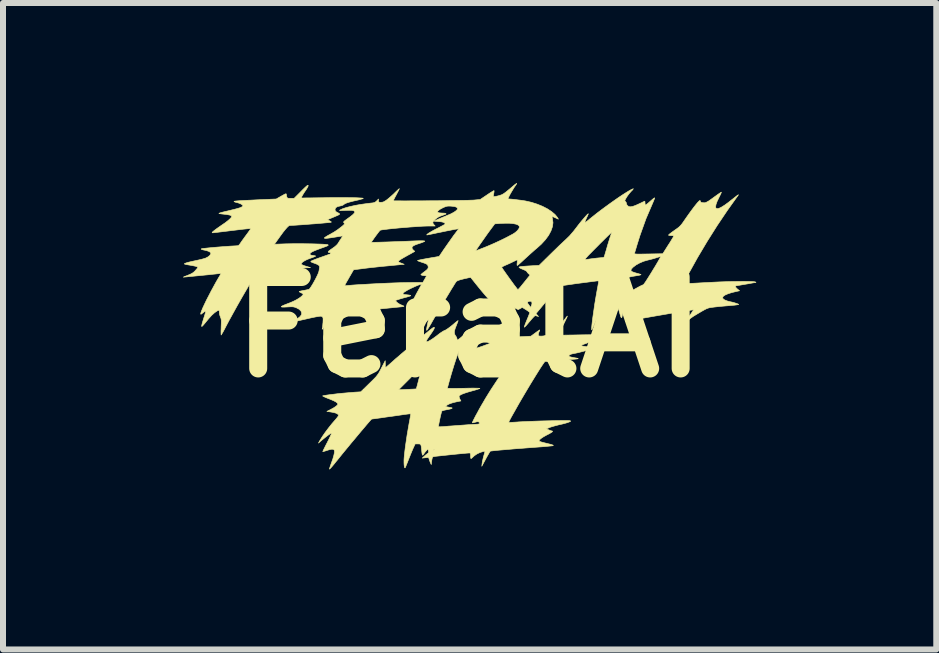
<source format=kicad_pcb>
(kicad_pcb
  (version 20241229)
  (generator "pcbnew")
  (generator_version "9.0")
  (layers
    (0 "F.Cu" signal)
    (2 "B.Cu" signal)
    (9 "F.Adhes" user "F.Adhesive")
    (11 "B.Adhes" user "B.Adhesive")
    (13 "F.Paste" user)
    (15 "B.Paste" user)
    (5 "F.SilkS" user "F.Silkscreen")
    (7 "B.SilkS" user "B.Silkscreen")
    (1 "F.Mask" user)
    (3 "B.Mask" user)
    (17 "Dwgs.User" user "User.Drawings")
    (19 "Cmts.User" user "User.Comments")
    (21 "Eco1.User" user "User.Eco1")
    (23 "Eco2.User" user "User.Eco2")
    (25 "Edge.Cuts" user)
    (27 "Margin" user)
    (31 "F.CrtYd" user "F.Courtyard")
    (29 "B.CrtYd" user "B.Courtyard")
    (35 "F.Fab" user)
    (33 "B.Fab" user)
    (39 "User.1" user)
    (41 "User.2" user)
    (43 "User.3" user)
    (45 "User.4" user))
  (footprint "FeralAI"
    (layer "F.Cu")
    (at 4.772 2.4)
    (property "Reference" "FeralAI" (at 0 0 0) (layer "F.SilkS") (effects (font (size 1.524 1.524) (thickness 0.3))))
    (attr through_hole)
    (fp_poly (pts (xy -2.687 -2.352) (xy -2.696 -2.331) (xy -2.713 -2.302) (xy -2.723 -2.286) (xy -2.744 -2.256) (xy -2.765 -2.224) (xy -2.783 -2.193) (xy -2.796 -2.169) (xy -2.802 -2.154) (xy -2.802 -2.152) (xy -2.792 -2.151) (xy -2.766 -2.151) (xy -2.724 -2.152) (xy -2.671 -2.152) (xy -2.606 -2.153) (xy -2.533 -2.154) (xy -2.454 -2.155) (xy -2.441 -2.155) (xy -2.327 -2.157) (xy -2.22 -2.157) (xy -2.12 -2.158) (xy -2.031 -2.157) (xy -1.952 -2.156) (xy -1.885 -2.155) (xy -1.832 -2.152) (xy -1.794 -2.15) (xy -1.773 -2.147) (xy -1.769 -2.144) (xy -1.777 -2.139) (xy -1.801 -2.132) (xy -1.835 -2.122) (xy -1.878 -2.112) (xy -1.879 -2.112) (xy -1.948 -2.096) (xy -2.001 -2.082) (xy -2.04 -2.07) (xy -2.067 -2.059) (xy -2.085 -2.049) (xy -2.093 -2.042) (xy -2.111 -2.03) (xy -2.14 -2.021) (xy -2.153 -2.018) (xy -2.197 -2.008) (xy -2.225 -1.991) (xy -2.238 -1.968) (xy -2.239 -1.957) (xy -2.236 -1.939) (xy -2.226 -1.925) (xy -2.203 -1.911) (xy -2.195 -1.907) (xy -2.176 -1.897) (xy -2.165 -1.889) (xy -2.163 -1.882) (xy -2.172 -1.873) (xy -2.194 -1.862) (xy -2.231 -1.846) (xy -2.271 -1.829) (xy -2.365 -1.79) (xy -2.328 -1.77) (xy -2.306 -1.757) (xy -2.301 -1.749) (xy -2.305 -1.747) (xy -2.319 -1.744) (xy -2.349 -1.741) (xy -2.393 -1.737) (xy -2.447 -1.732) (xy -2.51 -1.727) (xy -2.578 -1.721) (xy -2.649 -1.716) (xy -2.72 -1.71) (xy -2.789 -1.705) (xy -2.853 -1.701) (xy -2.908 -1.697) (xy -2.954 -1.695) (xy -2.986 -1.693) (xy -2.996 -1.693) (xy -3.011 -1.686) (xy -3.034 -1.665) (xy -3.066 -1.629) (xy -3.106 -1.579) (xy -3.155 -1.512) (xy -3.203 -1.445) (xy -3.249 -1.38) (xy -3.055 -1.387) (xy -2.996 -1.388) (xy -2.93 -1.389) (xy -2.858 -1.389) (xy -2.782 -1.389) (xy -2.706 -1.388) (xy -2.631 -1.387) (xy -2.561 -1.385) (xy -2.497 -1.383) (xy -2.443 -1.381) (xy -2.4 -1.378) (xy -2.371 -1.375) (xy -2.36 -1.373) (xy -2.353 -1.367) (xy -2.354 -1.362) (xy -2.363 -1.355) (xy -2.384 -1.346) (xy -2.418 -1.333) (xy -2.466 -1.316) (xy -2.534 -1.291) (xy -2.586 -1.27) (xy -2.622 -1.253) (xy -2.645 -1.238) (xy -2.656 -1.224) (xy -2.658 -1.218) (xy -2.654 -1.206) (xy -2.64 -1.199) (xy -2.613 -1.194) (xy -2.586 -1.19) (xy -2.567 -1.186) (xy -2.563 -1.184) (xy -2.569 -1.178) (xy -2.59 -1.169) (xy -2.621 -1.157) (xy -2.648 -1.148) (xy -2.702 -1.127) (xy -2.746 -1.105) (xy -2.78 -1.083) (xy -2.799 -1.062) (xy -2.803 -1.05) (xy -2.795 -1.042) (xy -2.773 -1.031) (xy -2.74 -1.019) (xy -2.726 -1.015) (xy -2.648 -0.991) (xy -2.752 -0.985) (xy -2.823 -0.98) (xy -2.901 -0.974) (xy -2.982 -0.968) (xy -3.065 -0.962) (xy -3.148 -0.956) (xy -3.227 -0.949) (xy -3.301 -0.943) (xy -3.367 -0.938) (xy -3.424 -0.933) (xy -3.468 -0.929) (xy -3.497 -0.926) (xy -3.508 -0.924) (xy -3.518 -0.921) (xy -3.527 -0.918) (xy -3.536 -0.911) (xy -3.547 -0.9) (xy -3.56 -0.883) (xy -3.576 -0.858) (xy -3.598 -0.823) (xy -3.625 -0.778) (xy -3.66 -0.72) (xy -3.702 -0.647) (xy -3.709 -0.635) (xy -3.788 -0.499) (xy -3.866 -0.362) (xy -3.94 -0.228) (xy -4.009 -0.103) (xy -4.057 -0.012) (xy -4.081 0.035) (xy -4.103 0.076) (xy -4.121 0.107) (xy -4.133 0.126) (xy -4.137 0.132) (xy -4.138 0.123) (xy -4.139 0.099) (xy -4.139 0.062) (xy -4.137 0.017) (xy -4.137 0.002) (xy -4.135 -0.052) (xy -4.134 -0.09) (xy -4.135 -0.118) (xy -4.139 -0.14) (xy -4.145 -0.158) (xy -4.149 -0.168) (xy -4.161 -0.202) (xy -4.167 -0.237) (xy -4.167 -0.246) (xy -4.168 -0.271) (xy -4.174 -0.28) (xy -4.188 -0.277) (xy -4.207 -0.267) (xy -4.246 -0.24) (xy -4.294 -0.197) (xy -4.347 -0.138) (xy -4.385 -0.092) (xy -4.412 -0.059) (xy -4.435 -0.032) (xy -4.452 -0.015) (xy -4.459 -0.009) (xy -4.462 -0.013) (xy -4.461 -0.026) (xy -4.456 -0.049) (xy -4.446 -0.085) (xy -4.431 -0.136) (xy -4.421 -0.167) (xy -4.409 -0.205) (xy -4.4 -0.235) (xy -4.394 -0.254) (xy -4.393 -0.259) (xy -4.399 -0.264) (xy -4.416 -0.256) (xy -4.441 -0.237) (xy -4.445 -0.234) (xy -4.465 -0.218) (xy -4.475 -0.213) (xy -4.478 -0.219) (xy -4.478 -0.223) (xy -4.473 -0.244) (xy -4.46 -0.279) (xy -4.44 -0.326) (xy -4.413 -0.384) (xy -4.382 -0.449) (xy -4.345 -0.52) (xy -4.306 -0.596) (xy -4.264 -0.673) (xy -4.222 -0.75) (xy -4.179 -0.824) (xy -4.158 -0.859) (xy -4.137 -0.895) (xy -4.192 -0.889) (xy -4.235 -0.884) (xy -4.288 -0.879) (xy -4.348 -0.872) (xy -4.412 -0.866) (xy -4.479 -0.859) (xy -4.544 -0.853) (xy -4.605 -0.847) (xy -4.661 -0.842) (xy -4.707 -0.837) (xy -4.742 -0.834) (xy -4.763 -0.832) (xy -4.767 -0.832) (xy -4.76 -0.836) (xy -4.739 -0.845) (xy -4.708 -0.857) (xy -4.691 -0.864) (xy -4.646 -0.883) (xy -4.613 -0.901) (xy -4.585 -0.923) (xy -4.569 -0.94) (xy -4.547 -0.965) (xy -4.531 -0.985) (xy -4.525 -0.996) (xy -4.534 -1.004) (xy -4.562 -1.013) (xy -4.608 -1.023) (xy -4.671 -1.034) (xy -4.678 -1.035) (xy -4.712 -1.041) (xy -4.738 -1.047) (xy -4.75 -1.052) (xy -4.751 -1.053) (xy -4.742 -1.06) (xy -4.717 -1.07) (xy -4.678 -1.081) (xy -4.628 -1.093) (xy -4.568 -1.106) (xy -4.548 -1.11) (xy -4.5 -1.121) (xy -4.454 -1.132) (xy -4.415 -1.143) (xy -4.396 -1.149) (xy -4.359 -1.168) (xy -4.329 -1.191) (xy -4.312 -1.215) (xy -4.309 -1.229) (xy -4.318 -1.246) (xy -4.343 -1.261) (xy -4.382 -1.275) (xy -4.411 -1.281) (xy -4.441 -1.287) (xy -4.462 -1.294) (xy -4.469 -1.299) (xy -4.461 -1.307) (xy -4.457 -1.308) (xy -4.442 -1.309) (xy -4.414 -1.312) (xy -4.378 -1.316) (xy -4.369 -1.317) (xy -4.339 -1.32) (xy -4.295 -1.324) (xy -4.241 -1.329) (xy -4.181 -1.334) (xy -4.117 -1.339) (xy -4.054 -1.343) (xy -3.994 -1.348) (xy -3.942 -1.351) (xy -3.9 -1.353) (xy -3.873 -1.355) (xy -3.869 -1.355) (xy -3.851 -1.358) (xy -3.834 -1.372) (xy -3.816 -1.398) (xy -3.8 -1.422) (xy -3.775 -1.457) (xy -3.746 -1.497) (xy -3.715 -1.539) (xy -3.714 -1.54) (xy -3.687 -1.577) (xy -3.665 -1.608) (xy -3.649 -1.631) (xy -3.643 -1.642) (xy -3.643 -1.642) (xy -3.653 -1.642) (xy -3.679 -1.64) (xy -3.719 -1.636) (xy -3.77 -1.631) (xy -3.829 -1.624) (xy -3.895 -1.616) (xy -3.964 -1.608) (xy -4.035 -1.599) (xy -4.104 -1.591) (xy -4.108 -1.59) (xy -4.16 -1.584) (xy -4.207 -1.578) (xy -4.244 -1.574) (xy -4.268 -1.571) (xy -4.275 -1.571) (xy -4.287 -1.572) (xy -4.286 -1.578) (xy -4.275 -1.59) (xy -4.261 -1.602) (xy -4.235 -1.622) (xy -4.2 -1.648) (xy -4.158 -1.677) (xy -4.134 -1.694) (xy -4.068 -1.739) (xy -4.018 -1.778) (xy -3.983 -1.81) (xy -3.964 -1.833) (xy -3.961 -1.844) (xy -3.97 -1.857) (xy -3.997 -1.867) (xy -4.041 -1.875) (xy -4.055 -1.877) (xy -4.093 -1.881) (xy -4.129 -1.885) (xy -4.149 -1.888) (xy -4.17 -1.892) (xy -4.174 -1.895) (xy -4.162 -1.9) (xy -4.158 -1.902) (xy -4.14 -1.907) (xy -4.108 -1.916) (xy -4.067 -1.926) (xy -4.019 -1.937) (xy -4.012 -1.939) (xy -3.937 -1.957) (xy -3.878 -1.972) (xy -3.834 -1.985) (xy -3.804 -1.996) (xy -3.786 -2.007) (xy -3.782 -2.01) (xy -3.774 -2.021) (xy -3.779 -2.031) (xy -3.791 -2.041) (xy -3.815 -2.055) (xy -3.847 -2.067) (xy -3.857 -2.07) (xy -3.896 -2.08) (xy -3.918 -2.088) (xy -3.922 -2.094) (xy -3.911 -2.098) (xy -3.885 -2.101) (xy -3.863 -2.103) (xy -3.825 -2.106) (xy -3.774 -2.109) (xy -3.712 -2.112) (xy -3.642 -2.115) (xy -3.566 -2.119) (xy -3.526 -2.121) (xy -3.219 -2.134) (xy -3.136 -2.182) (xy -3.098 -2.203) (xy -3.074 -2.216) (xy -3.06 -2.221) (xy -3.053 -2.219) (xy -3.051 -2.212) (xy -3.05 -2.208) (xy -3.045 -2.175) (xy -3.038 -2.156) (xy -3.025 -2.147) (xy -3 -2.145) (xy -2.979 -2.145) (xy -2.921 -2.145) (xy -2.817 -2.249) (xy -2.781 -2.286) (xy -2.748 -2.318) (xy -2.721 -2.343) (xy -2.703 -2.358) (xy -2.698 -2.362) (xy -2.688 -2.363) (xy -2.687 -2.352)) (stroke (width 0.01) (type solid)) (fill yes) (layer "F.SilkS"))
    (fp_poly (pts (xy 1.632 -0.183) (xy 1.627 -0.168) (xy 1.615 -0.142) (xy 1.598 -0.106) (xy 1.577 -0.063) (xy 1.553 -0.015) (xy 1.533 0.023) (xy 1.512 0.064) (xy 1.494 0.098) (xy 1.483 0.123) (xy 1.478 0.135) (xy 1.478 0.135) (xy 1.488 0.136) (xy 1.515 0.136) (xy 1.555 0.135) (xy 1.608 0.134) (xy 1.671 0.133) (xy 1.742 0.132) (xy 1.792 0.131) (xy 1.896 0.129) (xy 1.993 0.128) (xy 2.084 0.128) (xy 2.165 0.128) (xy 2.235 0.13) (xy 2.294 0.132) (xy 2.338 0.134) (xy 2.368 0.138) (xy 2.38 0.142) (xy 2.38 0.143) (xy 2.376 0.15) (xy 2.376 0.151) (xy 2.365 0.152) (xy 2.34 0.155) (xy 2.303 0.16) (xy 2.257 0.167) (xy 2.237 0.17) (xy 2.16 0.181) (xy 2.1 0.192) (xy 2.056 0.202) (xy 2.026 0.213) (xy 2.009 0.223) (xy 2.004 0.234) (xy 2.004 0.235) (xy 1.999 0.247) (xy 1.982 0.258) (xy 1.95 0.27) (xy 1.945 0.272) (xy 1.902 0.287) (xy 1.877 0.299) (xy 1.866 0.307) (xy 1.869 0.313) (xy 1.881 0.316) (xy 1.907 0.32) (xy 1.942 0.325) (xy 1.982 0.33) (xy 2.022 0.334) (xy 2.057 0.337) (xy 2.083 0.339) (xy 2.087 0.339) (xy 2.093 0.341) (xy 2.084 0.348) (xy 2.061 0.357) (xy 2.027 0.368) (xy 1.984 0.381) (xy 1.935 0.394) (xy 1.882 0.408) (xy 1.828 0.422) (xy 1.775 0.434) (xy 1.725 0.444) (xy 1.71 0.447) (xy 1.682 0.456) (xy 1.663 0.468) (xy 1.657 0.482) (xy 1.661 0.489) (xy 1.674 0.494) (xy 1.7 0.501) (xy 1.736 0.508) (xy 1.75 0.511) (xy 1.787 0.517) (xy 1.807 0.522) (xy 1.813 0.525) (xy 1.805 0.528) (xy 1.797 0.53) (xy 1.782 0.532) (xy 1.751 0.535) (xy 1.707 0.538) (xy 1.654 0.543) (xy 1.595 0.548) (xy 1.533 0.553) (xy 1.47 0.558) (xy 1.41 0.563) (xy 1.356 0.567) (xy 1.311 0.571) (xy 1.278 0.573) (xy 1.26 0.574) (xy 1.259 0.574) (xy 1.251 0.582) (xy 1.235 0.604) (xy 1.211 0.639) (xy 1.18 0.686) (xy 1.145 0.742) (xy 1.105 0.806) (xy 1.062 0.876) (xy 1.016 0.951) (xy 0.97 1.028) (xy 0.923 1.107) (xy 0.877 1.185) (xy 0.832 1.262) (xy 0.798 1.322) (xy 0.757 1.395) (xy 0.724 1.453) (xy 0.698 1.499) (xy 0.68 1.533) (xy 0.667 1.557) (xy 0.66 1.573) (xy 0.657 1.583) (xy 0.658 1.588) (xy 0.661 1.589) (xy 0.665 1.59) (xy 0.68 1.589) (xy 0.71 1.587) (xy 0.751 1.585) (xy 0.8 1.582) (xy 0.823 1.58) (xy 0.88 1.577) (xy 0.947 1.574) (xy 1.021 1.571) (xy 1.1 1.568) (xy 1.182 1.565) (xy 1.265 1.563) (xy 1.346 1.561) (xy 1.423 1.559) (xy 1.494 1.558) (xy 1.556 1.557) (xy 1.608 1.557) (xy 1.646 1.558) (xy 1.669 1.559) (xy 1.675 1.56) (xy 1.686 1.565) (xy 1.685 1.57) (xy 1.67 1.578) (xy 1.655 1.584) (xy 1.63 1.593) (xy 1.592 1.604) (xy 1.546 1.616) (xy 1.496 1.627) (xy 1.496 1.627) (xy 1.446 1.64) (xy 1.398 1.653) (xy 1.358 1.665) (xy 1.331 1.675) (xy 1.284 1.696) (xy 1.322 1.713) (xy 1.347 1.723) (xy 1.367 1.73) (xy 1.371 1.73) (xy 1.385 1.734) (xy 1.382 1.744) (xy 1.363 1.758) (xy 1.327 1.779) (xy 1.293 1.796) (xy 1.24 1.825) (xy 1.2 1.851) (xy 1.173 1.873) (xy 1.162 1.891) (xy 1.164 1.902) (xy 1.177 1.907) (xy 1.202 1.916) (xy 1.237 1.925) (xy 1.252 1.929) (xy 1.309 1.943) (xy 1.35 1.953) (xy 1.376 1.961) (xy 1.392 1.967) (xy 1.397 1.971) (xy 1.396 1.975) (xy 1.384 1.978) (xy 1.357 1.981) (xy 1.316 1.985) (xy 1.265 1.99) (xy 1.205 1.995) (xy 1.162 1.998) (xy 1.055 2.006) (xy 0.95 2.014) (xy 0.848 2.022) (xy 0.751 2.029) (xy 0.66 2.037) (xy 0.578 2.044) (xy 0.505 2.05) (xy 0.444 2.056) (xy 0.396 2.061) (xy 0.363 2.065) (xy 0.347 2.068) (xy 0.346 2.069) (xy 0.339 2.079) (xy 0.325 2.103) (xy 0.305 2.137) (xy 0.282 2.178) (xy 0.272 2.197) (xy 0.206 2.319) (xy 0.212 2.267) (xy 0.218 2.232) (xy 0.228 2.188) (xy 0.239 2.144) (xy 0.24 2.142) (xy 0.261 2.068) (xy 0.228 2.074) (xy 0.178 2.089) (xy 0.127 2.113) (xy 0.083 2.143) (xy 0.066 2.158) (xy 0.046 2.177) (xy 0.031 2.19) (xy 0.026 2.192) (xy 0.022 2.183) (xy 0.019 2.162) (xy 0.019 2.145) (xy 0.018 2.117) (xy 0.014 2.103) (xy 0.005 2.098) (xy -0.008 2.098) (xy -0.023 2.099) (xy -0.05 2.101) (xy -0.091 2.105) (xy -0.147 2.11) (xy -0.218 2.117) (xy -0.306 2.126) (xy -0.41 2.137) (xy -0.532 2.15) (xy -0.542 2.151) (xy -0.575 2.155) (xy -0.6 2.16) (xy -0.611 2.163) (xy -0.618 2.176) (xy -0.624 2.201) (xy -0.629 2.23) (xy -0.636 2.291) (xy -0.651 2.258) (xy -0.663 2.228) (xy -0.672 2.2) (xy -0.672 2.198) (xy -0.677 2.183) (xy -0.684 2.176) (xy -0.699 2.174) (xy -0.727 2.177) (xy -0.732 2.177) (xy -0.786 2.183) (xy -0.753 2.152) (xy -0.728 2.13) (xy -0.705 2.112) (xy -0.698 2.107) (xy -0.684 2.094) (xy -0.681 2.076) (xy -0.683 2.062) (xy -0.687 2.041) (xy -0.602 2.041) (xy -0.599 2.051) (xy -0.598 2.051) (xy -0.59 2.044) (xy -0.588 2.041) (xy -0.589 2.033) (xy -0.592 2.032) (xy -0.602 2.039) (xy -0.602 2.041) (xy -0.687 2.041) (xy -0.689 2.031) (xy -0.712 2.053) (xy -0.733 2.076) (xy -0.753 2.103) (xy -0.754 2.105) (xy -0.768 2.125) (xy -0.779 2.135) (xy -0.78 2.135) (xy -0.785 2.127) (xy -0.79 2.104) (xy -0.794 2.073) (xy -0.794 2.072) (xy -0.799 2.022) (xy -0.803 1.987) (xy -0.809 1.965) (xy -0.817 1.953) (xy -0.829 1.948) (xy -0.847 1.947) (xy -0.904 1.947) (xy -0.937 2.018) (xy -0.953 2.055) (xy -0.973 2.103) (xy -0.995 2.157) (xy -1.016 2.21) (xy -1.017 2.213) (xy -1.035 2.259) (xy -1.051 2.298) (xy -1.063 2.328) (xy -1.071 2.344) (xy -1.072 2.346) (xy -1.079 2.344) (xy -1.084 2.327) (xy -1.088 2.298) (xy -1.09 2.26) (xy -1.09 2.216) (xy -1.088 2.182) (xy -1.083 2.126) (xy -1.075 2.057) (xy -1.065 1.977) (xy -1.052 1.89) (xy -1.039 1.801) (xy -1.024 1.714) (xy -1.01 1.633) (xy -1.007 1.615) (xy -0.997 1.563) (xy -0.989 1.518) (xy -0.983 1.483) (xy -0.979 1.46) (xy -0.978 1.454) (xy -0.978 1.451) (xy -0.978 1.448) (xy -0.981 1.446) (xy -0.988 1.446) (xy -1 1.446) (xy -1.02 1.448) (xy -1.05 1.452) (xy -1.09 1.457) (xy -1.143 1.465) (xy -1.211 1.475) (xy -1.296 1.487) (xy -1.327 1.491) (xy -1.399 1.501) (xy -1.466 1.511) (xy -1.524 1.519) (xy -1.572 1.526) (xy -1.607 1.53) (xy -1.626 1.533) (xy -1.63 1.533) (xy -1.637 1.54) (xy -1.655 1.56) (xy -1.683 1.592) (xy -1.718 1.633) (xy -1.759 1.682) (xy -1.806 1.737) (xy -1.857 1.798) (xy -1.91 1.862) (xy -1.965 1.927) (xy -2.019 1.993) (xy -2.072 2.057) (xy -2.122 2.118) (xy -2.168 2.175) (xy -2.208 2.225) (xy -2.222 2.241) (xy -2.256 2.284) (xy -2.286 2.32) (xy -2.31 2.347) (xy -2.326 2.363) (xy -2.333 2.367) (xy -2.333 2.367) (xy -2.33 2.352) (xy -2.321 2.325) (xy -2.309 2.29) (xy -2.304 2.275) (xy -2.277 2.2) (xy -2.26 2.141) (xy -2.25 2.095) (xy -2.248 2.072) (xy -2.253 2.049) (xy -2.267 2.037) (xy -2.294 2.035) (xy -2.333 2.043) (xy -2.369 2.054) (xy -2.403 2.065) (xy -2.428 2.072) (xy -2.442 2.075) (xy -2.444 2.075) (xy -2.44 2.066) (xy -2.43 2.043) (xy -2.413 2.009) (xy -2.392 1.967) (xy -2.37 1.925) (xy -2.346 1.877) (xy -2.325 1.834) (xy -2.309 1.8) (xy -2.299 1.777) (xy -2.297 1.769) (xy -2.305 1.77) (xy -2.326 1.781) (xy -2.355 1.802) (xy -2.392 1.83) (xy -2.433 1.863) (xy -2.467 1.891) (xy -2.516 1.933) (xy -2.488 1.884) (xy -2.451 1.824) (xy -2.404 1.756) (xy -2.349 1.683) (xy -2.291 1.61) (xy -2.258 1.572) (xy -2.223 1.532) (xy -2.2 1.503) (xy -2.186 1.483) (xy -2.181 1.47) (xy -2.183 1.462) (xy -2.184 1.461) (xy -2.201 1.446) (xy -2.225 1.434) (xy -2.261 1.424) (xy -2.304 1.416) (xy -2.375 1.405) (xy -2.314 1.374) (xy -2.263 1.346) (xy -2.225 1.321) (xy -2.201 1.3) (xy -2.192 1.284) (xy -2.192 1.284) (xy -2.199 1.268) (xy -2.222 1.249) (xy -2.261 1.228) (xy -2.317 1.204) (xy -2.343 1.194) (xy -2.384 1.178) (xy -2.416 1.164) (xy -2.438 1.153) (xy -2.446 1.147) (xy -2.437 1.144) (xy -2.412 1.139) (xy -2.373 1.133) (xy -2.323 1.126) (xy -2.265 1.119) (xy -2.2 1.111) (xy -2.133 1.104) (xy -2.064 1.098) (xy -1.997 1.092) (xy -1.934 1.087) (xy -1.91 1.085) (xy -1.811 1.079) (xy -1.775 1.045) (xy -1.181 1.045) (xy -1.035 1.038) (xy -0.985 1.036) (xy -0.941 1.034) (xy -0.909 1.032) (xy -0.89 1.03) (xy -0.886 1.03) (xy -0.883 1.02) (xy -0.876 0.996) (xy -0.866 0.96) (xy -0.855 0.916) (xy -0.842 0.867) (xy -0.829 0.817) (xy -0.817 0.769) (xy -0.807 0.726) (xy -0.799 0.692) (xy -0.794 0.669) (xy -0.793 0.662) (xy -0.8 0.668) (xy -0.819 0.685) (xy -0.847 0.713) (xy -0.884 0.749) (xy -0.927 0.791) (xy -0.976 0.839) (xy -0.988 0.852) (xy -1.181 1.045) (xy -1.775 1.045) (xy -1.67 0.942) (xy -1.623 0.896) (xy -1.587 0.86) (xy -1.559 0.831) (xy -1.538 0.805) (xy -1.52 0.78) (xy -1.503 0.753) (xy -1.485 0.719) (xy -1.466 0.682) (xy -1.403 0.56) (xy -1.402 0.619) (xy -1.402 0.679) (xy -1.375 0.657) (xy -1.358 0.642) (xy -1.33 0.618) (xy -1.296 0.588) (xy -1.259 0.555) (xy -1.255 0.551) (xy -1.227 0.526) (xy -1.186 0.492) (xy -1.137 0.449) (xy -1.08 0.401) (xy -1.018 0.349) (xy -0.954 0.295) (xy -0.889 0.241) (xy -0.826 0.188) (xy -0.768 0.14) (xy -0.716 0.097) (xy -0.673 0.062) (xy -0.641 0.036) (xy -0.632 0.029) (xy -0.604 0.009) (xy -0.587 0.003) (xy -0.583 0.011) (xy -0.591 0.033) (xy -0.611 0.068) (xy -0.643 0.115) (xy -0.653 0.129) (xy -0.684 0.174) (xy -0.705 0.206) (xy -0.716 0.226) (xy -0.719 0.239) (xy -0.714 0.244) (xy -0.707 0.245) (xy -0.686 0.238) (xy -0.653 0.22) (xy -0.608 0.191) (xy -0.554 0.152) (xy -0.522 0.127) (xy -0.488 0.101) (xy -0.456 0.08) (xy -0.432 0.065) (xy -0.423 0.061) (xy -0.396 0.049) (xy -0.359 0.025) (xy -0.313 -0.009) (xy -0.264 -0.049) (xy -0.247 -0.064) (xy -0.22 -0.086) (xy -0.2 -0.102) (xy -0.189 -0.107) (xy -0.188 -0.107) (xy -0.192 -0.095) (xy -0.201 -0.07) (xy -0.214 -0.038) (xy -0.216 -0.032) (xy -0.237 0.022) (xy -0.249 0.063) (xy -0.251 0.095) (xy -0.245 0.122) (xy -0.232 0.144) (xy -0.216 0.168) (xy -0.208 0.191) (xy -0.207 0.196) (xy -0.204 0.212) (xy -0.199 0.216) (xy -0.189 0.211) (xy -0.169 0.195) (xy -0.141 0.173) (xy -0.126 0.16) (xy -0.089 0.129) (xy -0.063 0.11) (xy -0.049 0.103) (xy -0.048 0.109) (xy -0.049 0.111) (xy -0.097 0.212) (xy -0.141 0.313) (xy -0.182 0.417) (xy -0.222 0.527) (xy -0.261 0.647) (xy -0.301 0.779) (xy -0.338 0.908) (xy -0.349 0.95) (xy -0.359 0.985) (xy -0.365 1.009) (xy -0.367 1.018) (xy -0.358 1.02) (xy -0.332 1.021) (xy -0.293 1.022) (xy -0.241 1.022) (xy -0.18 1.021) (xy -0.112 1.02) (xy -0.092 1.02) (xy -0.009 1.018) (xy 0.06 1.017) (xy 0.114 1.018) (xy 0.151 1.019) (xy 0.171 1.02) (xy 0.174 1.023) (xy 0.162 1.028) (xy 0.135 1.037) (xy 0.098 1.049) (xy 0.053 1.061) (xy 0.047 1.063) (xy -0.03 1.085) (xy -0.091 1.105) (xy -0.136 1.123) (xy -0.163 1.14) (xy -0.172 1.15) (xy -0.171 1.167) (xy -0.163 1.191) (xy -0.16 1.198) (xy -0.142 1.231) (xy -0.196 1.241) (xy -0.269 1.258) (xy -0.325 1.276) (xy -0.365 1.295) (xy -0.374 1.302) (xy -0.399 1.324) (xy -0.369 1.33) (xy -0.336 1.336) (xy -0.309 1.342) (xy -0.29 1.346) (xy -0.288 1.351) (xy -0.296 1.357) (xy -0.313 1.363) (xy -0.342 1.37) (xy -0.378 1.377) (xy -0.383 1.378) (xy -0.418 1.385) (xy -0.445 1.393) (xy -0.46 1.4) (xy -0.461 1.401) (xy -0.465 1.414) (xy -0.472 1.441) (xy -0.481 1.477) (xy -0.49 1.518) (xy -0.499 1.561) (xy -0.507 1.6) (xy -0.513 1.633) (xy -0.516 1.654) (xy -0.516 1.66) (xy -0.505 1.661) (xy -0.48 1.661) (xy -0.444 1.659) (xy -0.404 1.656) (xy -0.35 1.651) (xy -0.289 1.647) (xy -0.222 1.642) (xy -0.153 1.637) (xy -0.085 1.632) (xy -0.02 1.627) (xy 0.037 1.624) (xy 0.085 1.621) (xy 0.12 1.619) (xy 0.139 1.618) (xy 0.162 1.613) (xy 0.17 1.601) (xy 0.16 1.585) (xy 0.157 1.582) (xy 0.143 1.576) (xy 0.119 1.579) (xy 0.098 1.585) (xy 0.072 1.592) (xy 0.053 1.595) (xy 0.049 1.595) (xy 0.051 1.585) (xy 0.062 1.561) (xy 0.08 1.525) (xy 0.103 1.48) (xy 0.132 1.428) (xy 0.163 1.37) (xy 0.197 1.31) (xy 0.233 1.249) (xy 0.267 1.19) (xy 0.27 1.185) (xy 0.312 1.117) (xy 0.358 1.043) (xy 0.408 0.967) (xy 0.458 0.891) (xy 0.506 0.82) (xy 0.55 0.756) (xy 0.588 0.703) (xy 0.603 0.682) (xy 0.621 0.658) (xy 0.633 0.64) (xy 0.637 0.633) (xy 0.627 0.634) (xy 0.601 0.635) (xy 0.561 0.639) (xy 0.508 0.643) (xy 0.445 0.648) (xy 0.375 0.654) (xy 0.32 0.659) (xy 0.226 0.667) (xy 0.149 0.674) (xy 0.087 0.679) (xy 0.039 0.682) (xy 0.003 0.685) (xy -0.022 0.685) (xy -0.04 0.685) (xy -0.05 0.684) (xy -0.055 0.681) (xy -0.056 0.678) (xy -0.056 0.677) (xy -0.048 0.669) (xy -0.027 0.656) (xy 0.006 0.638) (xy 0.045 0.619) (xy 0.085 0.6) (xy 0.12 0.582) (xy 0.146 0.569) (xy 0.158 0.562) (xy 0.161 0.553) (xy 0.153 0.539) (xy 0.132 0.518) (xy 0.13 0.516) (xy 0.098 0.491) (xy 0.058 0.471) (xy 0.015 0.456) (xy -0.024 0.443) (xy -0.057 0.431) (xy -0.08 0.421) (xy -0.084 0.42) (xy -0.094 0.414) (xy -0.099 0.41) (xy -0.097 0.406) (xy -0.085 0.401) (xy -0.062 0.395) (xy -0.024 0.386) (xy 0.024 0.376) (xy 0.109 0.354) (xy 0.205 0.323) (xy 0.315 0.282) (xy 0.334 0.274) (xy 0.336 0.268) (xy 0.326 0.259) (xy 0.308 0.251) (xy 0.278 0.242) (xy 0.243 0.235) (xy 0.241 0.235) (xy 0.206 0.228) (xy 0.178 0.222) (xy 0.162 0.217) (xy 0.162 0.217) (xy 0.164 0.213) (xy 0.184 0.208) (xy 0.221 0.203) (xy 0.273 0.198) (xy 0.339 0.192) (xy 0.419 0.186) (xy 0.511 0.179) (xy 0.614 0.173) (xy 0.727 0.167) (xy 0.848 0.161) (xy 1.024 0.152) (xy 1.095 0.1) (xy 1.126 0.077) (xy 1.152 0.059) (xy 1.168 0.049) (xy 1.171 0.047) (xy 1.171 0.054) (xy 1.164 0.072) (xy 1.162 0.075) (xy 1.152 0.102) (xy 1.148 0.127) (xy 1.149 0.14) (xy 1.156 0.147) (xy 1.173 0.15) (xy 1.199 0.151) (xy 1.235 0.148) (xy 1.273 0.138) (xy 1.319 0.119) (xy 1.324 0.117) (xy 1.371 0.092) (xy 1.416 0.061) (xy 1.46 0.022) (xy 1.507 -0.029) (xy 1.559 -0.093) (xy 1.559 -0.094) (xy 1.586 -0.128) (xy 1.608 -0.156) (xy 1.624 -0.176) (xy 1.63 -0.183) (xy 1.632 -0.183)) (stroke (width 0.01) (type solid)) (fill yes) (layer "F.SilkS"))
    (fp_poly (pts (xy 0.785 -2.386) (xy 0.774 -2.367) (xy 0.769 -2.36) (xy 0.748 -2.331) (xy 0.726 -2.295) (xy 0.703 -2.257) (xy 0.681 -2.219) (xy 0.663 -2.185) (xy 0.65 -2.157) (xy 0.643 -2.14) (xy 0.644 -2.135) (xy 0.669 -2.134) (xy 0.708 -2.131) (xy 0.756 -2.126) (xy 0.808 -2.119) (xy 0.859 -2.113) (xy 0.906 -2.106) (xy 0.936 -2.101) (xy 1.033 -2.079) (xy 1.127 -2.049) (xy 1.216 -2.013) (xy 1.298 -1.971) (xy 1.368 -1.925) (xy 1.425 -1.877) (xy 1.457 -1.839) (xy 1.473 -1.816) (xy 1.481 -1.801) (xy 1.481 -1.798) (xy 1.434 -1.82) (xy 1.403 -1.834) (xy 1.384 -1.841) (xy 1.378 -1.842) (xy 1.378 -1.831) (xy 1.382 -1.81) (xy 1.384 -1.801) (xy 1.392 -1.739) (xy 1.383 -1.672) (xy 1.358 -1.601) (xy 1.318 -1.527) (xy 1.264 -1.454) (xy 1.197 -1.381) (xy 1.12 -1.312) (xy 1.092 -1.289) (xy 1.055 -1.256) (xy 1.011 -1.217) (xy 0.965 -1.175) (xy 0.931 -1.144) (xy 0.891 -1.107) (xy 0.855 -1.074) (xy 0.826 -1.048) (xy 0.805 -1.031) (xy 0.797 -1.026) (xy 0.794 -1.034) (xy 0.794 -1.055) (xy 0.796 -1.072) (xy 0.798 -1.099) (xy 0.798 -1.116) (xy 0.796 -1.119) (xy 0.785 -1.116) (xy 0.762 -1.105) (xy 0.732 -1.091) (xy 0.726 -1.088) (xy 0.683 -1.067) (xy 0.634 -1.045) (xy 0.599 -1.03) (xy 0.569 -1.016) (xy 0.547 -1.004) (xy 0.538 -0.997) (xy 0.538 -0.996) (xy 0.545 -0.984) (xy 0.561 -0.96) (xy 0.584 -0.927) (xy 0.612 -0.887) (xy 0.644 -0.842) (xy 0.677 -0.796) (xy 0.71 -0.751) (xy 0.741 -0.708) (xy 0.769 -0.672) (xy 0.79 -0.644) (xy 0.804 -0.627) (xy 0.809 -0.623) (xy 0.816 -0.631) (xy 0.834 -0.65) (xy 0.858 -0.678) (xy 0.886 -0.713) (xy 0.916 -0.75) (xy 0.946 -0.787) (xy 0.973 -0.821) (xy 0.992 -0.844) (xy 1.01 -0.868) (xy 0.986 -0.888) (xy 0.968 -0.907) (xy 0.957 -0.924) (xy 0.946 -0.935) (xy 0.922 -0.948) (xy 0.894 -0.96) (xy 0.863 -0.973) (xy 0.839 -0.985) (xy 0.828 -0.993) (xy 0.826 -0.998) (xy 0.831 -1.002) (xy 0.846 -1.006) (xy 0.872 -1.01) (xy 0.911 -1.013) (xy 0.964 -1.017) (xy 1.034 -1.021) (xy 1.049 -1.022) (xy 1.161 -1.028) (xy 1.261 -1.126) (xy 1.927 -1.126) (xy 1.93 -1.124) (xy 1.933 -1.124) (xy 1.954 -1.127) (xy 1.988 -1.132) (xy 2.031 -1.138) (xy 2.072 -1.143) (xy 2.119 -1.149) (xy 2.161 -1.153) (xy 2.193 -1.156) (xy 2.211 -1.157) (xy 2.232 -1.16) (xy 2.243 -1.166) (xy 2.248 -1.178) (xy 2.256 -1.204) (xy 2.267 -1.242) (xy 2.281 -1.287) (xy 2.286 -1.305) (xy 2.301 -1.359) (xy 2.318 -1.414) (xy 2.333 -1.463) (xy 2.345 -1.501) (xy 2.347 -1.504) (xy 2.358 -1.538) (xy 2.365 -1.563) (xy 2.368 -1.576) (xy 2.368 -1.577) (xy 2.361 -1.571) (xy 2.342 -1.554) (xy 2.313 -1.526) (xy 2.275 -1.489) (xy 2.231 -1.445) (xy 2.18 -1.395) (xy 2.135 -1.349) (xy 2.073 -1.287) (xy 2.024 -1.237) (xy 1.985 -1.198) (xy 1.958 -1.168) (xy 1.939 -1.147) (xy 1.929 -1.133) (xy 1.927 -1.126) (xy 1.261 -1.126) (xy 1.34 -1.204) (xy 1.393 -1.256) (xy 1.447 -1.308) (xy 1.498 -1.358) (xy 1.544 -1.401) (xy 1.582 -1.437) (xy 1.602 -1.455) (xy 1.667 -1.518) (xy 1.735 -1.597) (xy 1.777 -1.651) (xy 1.812 -1.697) (xy 1.848 -1.743) (xy 1.884 -1.786) (xy 1.917 -1.824) (xy 1.945 -1.856) (xy 1.966 -1.878) (xy 1.979 -1.888) (xy 1.981 -1.889) (xy 1.979 -1.879) (xy 1.97 -1.858) (xy 1.957 -1.83) (xy 1.937 -1.786) (xy 1.926 -1.758) (xy 1.926 -1.746) (xy 1.936 -1.748) (xy 1.959 -1.764) (xy 1.995 -1.793) (xy 1.999 -1.797) (xy 2.059 -1.845) (xy 2.124 -1.897) (xy 2.194 -1.95) (xy 2.267 -2.004) (xy 2.34 -2.057) (xy 2.412 -2.108) (xy 2.481 -2.156) (xy 2.545 -2.199) (xy 2.603 -2.236) (xy 2.653 -2.267) (xy 2.693 -2.289) (xy 2.721 -2.302) (xy 2.732 -2.305) (xy 2.728 -2.299) (xy 2.715 -2.282) (xy 2.693 -2.26) (xy 2.692 -2.259) (xy 2.662 -2.224) (xy 2.632 -2.184) (xy 2.616 -2.159) (xy 2.599 -2.13) (xy 2.591 -2.112) (xy 2.591 -2.102) (xy 2.598 -2.094) (xy 2.599 -2.093) (xy 2.613 -2.075) (xy 2.615 -2.062) (xy 2.622 -2.04) (xy 2.634 -2.023) (xy 2.655 -2.008) (xy 2.683 -2.004) (xy 2.719 -2.01) (xy 2.765 -2.026) (xy 2.821 -2.051) (xy 2.86 -2.069) (xy 2.892 -2.085) (xy 2.914 -2.095) (xy 2.922 -2.098) (xy 2.924 -2.09) (xy 2.926 -2.069) (xy 2.926 -2.065) (xy 2.928 -2.043) (xy 2.932 -2.032) (xy 2.933 -2.032) (xy 2.943 -2.038) (xy 2.964 -2.054) (xy 2.991 -2.077) (xy 3.009 -2.093) (xy 3.039 -2.119) (xy 3.064 -2.14) (xy 3.081 -2.152) (xy 3.085 -2.154) (xy 3.085 -2.146) (xy 3.078 -2.125) (xy 3.066 -2.095) (xy 3.056 -2.072) (xy 2.942 -1.806) (xy 2.843 -1.53) (xy 2.798 -1.388) (xy 2.783 -1.338) (xy 2.77 -1.294) (xy 2.759 -1.258) (xy 2.753 -1.236) (xy 2.751 -1.23) (xy 2.75 -1.225) (xy 2.754 -1.221) (xy 2.763 -1.219) (xy 2.781 -1.217) (xy 2.808 -1.216) (xy 2.848 -1.216) (xy 2.903 -1.217) (xy 2.974 -1.218) (xy 2.984 -1.218) (xy 3.222 -1.222) (xy 3.313 -1.366) (xy 3.343 -1.412) (xy 3.368 -1.453) (xy 3.388 -1.486) (xy 3.401 -1.508) (xy 3.405 -1.517) (xy 3.397 -1.521) (xy 3.376 -1.524) (xy 3.364 -1.524) (xy 3.337 -1.526) (xy 3.32 -1.53) (xy 3.317 -1.532) (xy 3.323 -1.54) (xy 3.341 -1.556) (xy 3.37 -1.578) (xy 3.406 -1.604) (xy 3.413 -1.609) (xy 3.456 -1.639) (xy 3.488 -1.663) (xy 3.513 -1.687) (xy 3.536 -1.713) (xy 3.56 -1.746) (xy 3.575 -1.768) (xy 3.618 -1.83) (xy 3.662 -1.892) (xy 3.705 -1.951) (xy 3.744 -2.003) (xy 3.778 -2.046) (xy 3.804 -2.077) (xy 3.809 -2.082) (xy 3.829 -2.102) (xy 3.839 -2.11) (xy 3.845 -2.107) (xy 3.848 -2.096) (xy 3.854 -2.082) (xy 3.869 -2.075) (xy 3.896 -2.072) (xy 3.912 -2.071) (xy 3.926 -2.072) (xy 3.942 -2.077) (xy 3.96 -2.086) (xy 3.985 -2.1) (xy 4.017 -2.122) (xy 4.06 -2.153) (xy 4.111 -2.19) (xy 4.145 -2.214) (xy 4.173 -2.233) (xy 4.192 -2.245) (xy 4.198 -2.248) (xy 4.197 -2.241) (xy 4.188 -2.22) (xy 4.173 -2.189) (xy 4.157 -2.157) (xy 4.126 -2.092) (xy 4.108 -2.041) (xy 4.102 -2.004) (xy 4.108 -1.981) (xy 4.126 -1.973) (xy 4.157 -1.978) (xy 4.199 -1.998) (xy 4.253 -2.032) (xy 4.319 -2.08) (xy 4.337 -2.095) (xy 4.39 -2.136) (xy 4.429 -2.167) (xy 4.456 -2.188) (xy 4.473 -2.2) (xy 4.481 -2.205) (xy 4.483 -2.204) (xy 4.479 -2.198) (xy 4.471 -2.187) (xy 4.468 -2.183) (xy 4.297 -1.943) (xy 4.127 -1.69) (xy 3.961 -1.427) (xy 3.801 -1.158) (xy 3.651 -0.888) (xy 3.622 -0.833) (xy 3.562 -0.721) (xy 3.688 -0.728) (xy 3.733 -0.73) (xy 3.793 -0.733) (xy 3.862 -0.737) (xy 3.938 -0.741) (xy 4.016 -0.745) (xy 4.073 -0.748) (xy 4.156 -0.752) (xy 4.241 -0.755) (xy 4.327 -0.758) (xy 4.412 -0.759) (xy 4.493 -0.76) (xy 4.567 -0.761) (xy 4.633 -0.76) (xy 4.688 -0.759) (xy 4.73 -0.757) (xy 4.756 -0.754) (xy 4.76 -0.753) (xy 4.774 -0.747) (xy 4.774 -0.744) (xy 4.762 -0.742) (xy 4.735 -0.738) (xy 4.696 -0.731) (xy 4.647 -0.722) (xy 4.605 -0.715) (xy 4.552 -0.706) (xy 4.506 -0.698) (xy 4.469 -0.692) (xy 4.446 -0.688) (xy 4.438 -0.687) (xy 4.43 -0.681) (xy 4.435 -0.667) (xy 4.451 -0.647) (xy 4.466 -0.634) (xy 4.501 -0.605) (xy 4.45 -0.594) (xy 4.372 -0.575) (xy 4.309 -0.555) (xy 4.262 -0.535) (xy 4.232 -0.515) (xy 4.219 -0.495) (xy 4.223 -0.476) (xy 4.224 -0.474) (xy 4.253 -0.452) (xy 4.299 -0.434) (xy 4.337 -0.424) (xy 4.379 -0.415) (xy 4.419 -0.404) (xy 4.453 -0.393) (xy 4.477 -0.384) (xy 4.487 -0.377) (xy 4.487 -0.377) (xy 4.478 -0.374) (xy 4.454 -0.37) (xy 4.417 -0.365) (xy 4.371 -0.361) (xy 4.339 -0.358) (xy 4.277 -0.353) (xy 4.21 -0.347) (xy 4.147 -0.341) (xy 4.093 -0.335) (xy 4.083 -0.334) (xy 4.037 -0.328) (xy 4.003 -0.323) (xy 3.975 -0.315) (xy 3.947 -0.304) (xy 3.914 -0.287) (xy 3.871 -0.263) (xy 3.795 -0.218) (xy 3.732 -0.18) (xy 3.685 -0.147) (xy 3.653 -0.121) (xy 3.646 -0.114) (xy 3.628 -0.098) (xy 3.616 -0.095) (xy 3.612 -0.102) (xy 3.618 -0.113) (xy 3.632 -0.135) (xy 3.652 -0.166) (xy 3.674 -0.197) (xy 3.698 -0.232) (xy 3.717 -0.261) (xy 3.73 -0.28) (xy 3.733 -0.287) (xy 3.723 -0.287) (xy 3.696 -0.283) (xy 3.654 -0.277) (xy 3.6 -0.269) (xy 3.536 -0.259) (xy 3.463 -0.247) (xy 3.383 -0.234) (xy 3.298 -0.219) (xy 3.211 -0.204) (xy 3.124 -0.189) (xy 3.037 -0.174) (xy 2.954 -0.159) (xy 2.876 -0.145) (xy 2.806 -0.132) (xy 2.745 -0.121) (xy 2.695 -0.111) (xy 2.678 -0.108) (xy 2.644 -0.101) (xy 2.615 -0.096) (xy 2.598 -0.094) (xy 2.598 -0.099) (xy 2.611 -0.11) (xy 2.633 -0.126) (xy 2.663 -0.146) (xy 2.697 -0.166) (xy 2.73 -0.185) (xy 2.757 -0.198) (xy 2.783 -0.212) (xy 2.8 -0.225) (xy 2.803 -0.231) (xy 2.795 -0.25) (xy 2.774 -0.274) (xy 2.743 -0.299) (xy 2.707 -0.324) (xy 2.669 -0.345) (xy 2.634 -0.359) (xy 2.612 -0.364) (xy 2.571 -0.369) (xy 2.56 -0.281) (xy 2.552 -0.222) (xy 2.545 -0.182) (xy 2.539 -0.16) (xy 2.532 -0.155) (xy 2.524 -0.168) (xy 2.514 -0.198) (xy 2.501 -0.243) (xy 2.498 -0.254) (xy 2.486 -0.294) (xy 2.476 -0.326) (xy 2.468 -0.347) (xy 2.464 -0.353) (xy 2.455 -0.349) (xy 2.437 -0.333) (xy 2.414 -0.31) (xy 2.41 -0.306) (xy 2.387 -0.282) (xy 2.368 -0.266) (xy 2.358 -0.261) (xy 2.358 -0.262) (xy 2.353 -0.276) (xy 2.348 -0.3) (xy 2.346 -0.309) (xy 2.337 -0.348) (xy 2.323 -0.37) (xy 2.303 -0.374) (xy 2.278 -0.362) (xy 2.246 -0.333) (xy 2.216 -0.297) (xy 2.18 -0.244) (xy 2.14 -0.173) (xy 2.098 -0.085) (xy 2.056 0.013) (xy 2.046 0.035) (xy 2.039 0.046) (xy 2.037 0.046) (xy 2.036 0.034) (xy 2.037 0.006) (xy 2.041 -0.037) (xy 2.047 -0.091) (xy 2.055 -0.154) (xy 2.065 -0.224) (xy 2.076 -0.3) (xy 2.087 -0.378) (xy 2.1 -0.454) (xy 2.587 -0.454) (xy 2.59 -0.448) (xy 2.6 -0.449) (xy 2.621 -0.456) (xy 2.654 -0.471) (xy 2.683 -0.485) (xy 2.709 -0.501) (xy 2.717 -0.516) (xy 2.705 -0.53) (xy 2.681 -0.542) (xy 2.658 -0.553) (xy 2.65 -0.562) (xy 2.654 -0.57) (xy 2.666 -0.58) (xy 2.691 -0.596) (xy 2.725 -0.616) (xy 2.764 -0.638) (xy 2.804 -0.66) (xy 2.841 -0.68) (xy 2.872 -0.695) (xy 2.893 -0.704) (xy 2.899 -0.706) (xy 2.906 -0.714) (xy 2.921 -0.735) (xy 2.943 -0.767) (xy 2.97 -0.809) (xy 3 -0.857) (xy 3.032 -0.908) (xy 3.064 -0.961) (xy 3.096 -1.013) (xy 3.125 -1.062) (xy 3.15 -1.105) (xy 3.169 -1.139) (xy 3.181 -1.163) (xy 3.185 -1.173) (xy 3.185 -1.174) (xy 3.175 -1.173) (xy 3.152 -1.167) (xy 3.12 -1.157) (xy 3.112 -1.154) (xy 3.066 -1.14) (xy 3.014 -1.126) (xy 2.968 -1.115) (xy 2.902 -1.096) (xy 2.836 -1.068) (xy 2.776 -1.035) (xy 2.729 -0.999) (xy 2.726 -0.997) (xy 2.702 -0.971) (xy 2.691 -0.951) (xy 2.695 -0.935) (xy 2.715 -0.921) (xy 2.751 -0.908) (xy 2.785 -0.898) (xy 2.818 -0.889) (xy 2.845 -0.881) (xy 2.859 -0.875) (xy 2.855 -0.871) (xy 2.836 -0.865) (xy 2.803 -0.859) (xy 2.762 -0.852) (xy 2.72 -0.845) (xy 2.685 -0.838) (xy 2.661 -0.832) (xy 2.653 -0.829) (xy 2.651 -0.818) (xy 2.647 -0.791) (xy 2.64 -0.752) (xy 2.631 -0.704) (xy 2.621 -0.648) (xy 2.62 -0.644) (xy 2.61 -0.588) (xy 2.601 -0.538) (xy 2.594 -0.497) (xy 2.589 -0.468) (xy 2.587 -0.454) (xy 2.587 -0.454) (xy 2.1 -0.454) (xy 2.1 -0.456) (xy 2.113 -0.532) (xy 2.122 -0.583) (xy 2.132 -0.638) (xy 2.141 -0.687) (xy 2.148 -0.726) (xy 2.153 -0.753) (xy 2.154 -0.765) (xy 2.154 -0.765) (xy 2.146 -0.769) (xy 2.125 -0.769) (xy 2.11 -0.767) (xy 2.016 -0.755) (xy 1.925 -0.743) (xy 1.838 -0.732) (xy 1.756 -0.721) (xy 1.682 -0.71) (xy 1.618 -0.701) (xy 1.565 -0.693) (xy 1.526 -0.687) (xy 1.502 -0.683) (xy 1.495 -0.682) (xy 1.487 -0.673) (xy 1.468 -0.652) (xy 1.441 -0.62) (xy 1.406 -0.579) (xy 1.365 -0.531) (xy 1.32 -0.477) (xy 1.297 -0.45) (xy 1.109 -0.224) (xy 1.13 -0.2) (xy 1.152 -0.176) (xy 1.129 -0.183) (xy 1.107 -0.188) (xy 1.095 -0.191) (xy 1.086 -0.185) (xy 1.067 -0.166) (xy 1.041 -0.138) (xy 1.012 -0.103) (xy 1.001 -0.091) (xy 0.971 -0.055) (xy 0.946 -0.026) (xy 0.926 -0.006) (xy 0.916 0.002) (xy 0.915 0.002) (xy 0.917 -0.01) (xy 0.925 -0.036) (xy 0.939 -0.072) (xy 0.956 -0.114) (xy 0.959 -0.122) (xy 0.977 -0.165) (xy 0.991 -0.201) (xy 1.002 -0.228) (xy 1.006 -0.242) (xy 1.007 -0.242) (xy 0.999 -0.25) (xy 0.979 -0.265) (xy 0.951 -0.284) (xy 0.943 -0.289) (xy 0.88 -0.328) (xy 0.847 -0.309) (xy 0.813 -0.291) (xy 0.762 -0.315) (xy 0.724 -0.331) (xy 0.699 -0.337) (xy 0.681 -0.335) (xy 0.67 -0.327) (xy 0.661 -0.322) (xy 0.659 -0.332) (xy 0.654 -0.346) (xy 0.649 -0.348) (xy 0.641 -0.341) (xy 0.644 -0.321) (xy 0.655 -0.289) (xy 0.675 -0.249) (xy 0.703 -0.202) (xy 0.726 -0.167) (xy 0.743 -0.14) (xy 0.754 -0.121) (xy 0.756 -0.113) (xy 0.755 -0.113) (xy 0.74 -0.118) (xy 0.714 -0.13) (xy 0.681 -0.148) (xy 0.647 -0.169) (xy 0.615 -0.19) (xy 0.593 -0.206) (xy 0.531 -0.257) (xy 0.469 -0.313) (xy 0.407 -0.374) (xy 0.373 -0.409) (xy 0.966 -0.409) (xy 0.972 -0.395) (xy 0.989 -0.371) (xy 0.99 -0.37) (xy 1.02 -0.327) (xy 1.033 -0.358) (xy 1.041 -0.384) (xy 1.042 -0.407) (xy 1.042 -0.408) (xy 1.032 -0.425) (xy 1.011 -0.432) (xy 0.984 -0.426) (xy 0.979 -0.423) (xy 0.968 -0.417) (xy 0.966 -0.409) (xy 0.373 -0.409) (xy 0.342 -0.442) (xy 0.273 -0.519) (xy 0.199 -0.606) (xy 0.118 -0.706) (xy 0.027 -0.82) (xy 0.022 -0.827) (xy 0.012 -0.826) (xy -0.012 -0.822) (xy -0.047 -0.814) (xy -0.09 -0.805) (xy -0.092 -0.804) (xy -0.151 -0.789) (xy -0.193 -0.775) (xy -0.216 -0.762) (xy -0.219 -0.759) (xy -0.228 -0.746) (xy -0.246 -0.719) (xy -0.27 -0.679) (xy -0.301 -0.63) (xy -0.336 -0.571) (xy -0.375 -0.507) (xy -0.416 -0.438) (xy -0.459 -0.368) (xy -0.501 -0.297) (xy -0.541 -0.227) (xy -0.58 -0.162) (xy -0.611 -0.108) (xy -0.644 -0.049) (xy -0.67 -0.006) (xy -0.689 0.025) (xy -0.702 0.044) (xy -0.71 0.053) (xy -0.714 0.053) (xy -0.715 0.046) (xy -0.715 0.044) (xy -0.713 0.029) (xy -0.708 0.00006) (xy -0.7 -0.039) (xy -0.691 -0.084) (xy -0.691 -0.084) (xy -0.682 -0.129) (xy -0.675 -0.168) (xy -0.67 -0.196) (xy -0.67 -0.211) (xy -0.67 -0.211) (xy -0.675 -0.216) (xy -0.689 -0.212) (xy -0.715 -0.198) (xy -0.724 -0.192) (xy -0.754 -0.175) (xy -0.772 -0.169) (xy -0.78 -0.177) (xy -0.779 -0.2) (xy -0.772 -0.236) (xy -0.763 -0.295) (xy -0.765 -0.342) (xy -0.777 -0.382) (xy -0.778 -0.383) (xy -0.794 -0.409) (xy -0.814 -0.422) (xy -0.838 -0.42) (xy -0.87 -0.405) (xy -0.91 -0.375) (xy -0.927 -0.362) (xy -0.954 -0.34) (xy -0.975 -0.326) (xy -0.987 -0.321) (xy -0.988 -0.322) (xy -0.983 -0.341) (xy -0.971 -0.374) (xy -0.952 -0.417) (xy -0.929 -0.467) (xy -0.901 -0.521) (xy -0.872 -0.576) (xy -0.864 -0.59) (xy -0.841 -0.632) (xy -0.821 -0.668) (xy -0.807 -0.694) (xy -0.8 -0.708) (xy -0.8 -0.71) (xy -0.807 -0.712) (xy -0.829 -0.707) (xy -0.86 -0.696) (xy -0.898 -0.68) (xy -0.94 -0.661) (xy -0.983 -0.641) (xy -1.024 -0.62) (xy -1.058 -0.6) (xy -1.084 -0.584) (xy -1.096 -0.574) (xy -1.107 -0.559) (xy -1.105 -0.549) (xy -1.088 -0.543) (xy -1.061 -0.54) (xy -1.016 -0.535) (xy -0.987 -0.53) (xy -0.977 -0.525) (xy -0.983 -0.519) (xy -1.008 -0.511) (xy -1.051 -0.498) (xy -1.068 -0.494) (xy -1.114 -0.481) (xy -1.156 -0.469) (xy -1.189 -0.458) (xy -1.208 -0.452) (xy -1.235 -0.442) (xy -1.208 -0.413) (xy -1.182 -0.393) (xy -1.149 -0.374) (xy -1.136 -0.369) (xy -1.111 -0.359) (xy -1.094 -0.35) (xy -1.091 -0.347) (xy -1.1 -0.343) (xy -1.122 -0.339) (xy -1.15 -0.336) (xy -1.254 -0.326) (xy -1.362 -0.315) (xy -1.472 -0.304) (xy -1.581 -0.292) (xy -1.69 -0.28) (xy -1.795 -0.269) (xy -1.895 -0.258) (xy -1.989 -0.247) (xy -2.075 -0.237) (xy -2.152 -0.227) (xy -2.217 -0.219) (xy -2.269 -0.212) (xy -2.307 -0.206) (xy -2.329 -0.202) (xy -2.333 -0.2) (xy -2.34 -0.189) (xy -2.352 -0.165) (xy -2.369 -0.13) (xy -2.388 -0.089) (xy -2.389 -0.085) (xy -2.409 -0.043) (xy -2.426 -0.007) (xy -2.44 0.02) (xy -2.448 0.033) (xy -2.448 0.033) (xy -2.454 0.036) (xy -2.452 0.026) (xy -2.449 0.01) (xy -2.445 -0.02) (xy -2.442 -0.058) (xy -2.44 -0.073) (xy -2.438 -0.113) (xy -2.438 -0.14) (xy -2.441 -0.156) (xy -2.447 -0.167) (xy -2.452 -0.171) (xy -2.461 -0.178) (xy -2.473 -0.181) (xy -2.49 -0.181) (xy -2.517 -0.177) (xy -2.559 -0.17) (xy -2.604 -0.161) (xy -2.66 -0.149) (xy -2.72 -0.135) (xy -2.774 -0.123) (xy -2.834 -0.109) (xy -2.877 -0.1) (xy -2.904 -0.097) (xy -2.916 -0.099) (xy -2.914 -0.106) (xy -2.898 -0.118) (xy -2.887 -0.126) (xy -2.857 -0.147) (xy -2.829 -0.169) (xy -2.82 -0.177) (xy -2.798 -0.207) (xy -2.795 -0.238) (xy -2.808 -0.268) (xy -2.838 -0.297) (xy -2.881 -0.32) (xy -2.904 -0.329) (xy -2.925 -0.335) (xy -2.95 -0.338) (xy -2.981 -0.338) (xy -3.026 -0.336) (xy -3.037 -0.335) (xy -3.084 -0.333) (xy -3.116 -0.333) (xy -3.133 -0.336) (xy -3.135 -0.342) (xy -3.12 -0.352) (xy -3.088 -0.367) (xy -3.039 -0.386) (xy -2.982 -0.408) (xy -2.934 -0.429) (xy -2.886 -0.453) (xy -2.842 -0.479) (xy -2.806 -0.505) (xy -2.782 -0.527) (xy -2.775 -0.536) (xy -2.771 -0.549) (xy -2.778 -0.558) (xy -2.798 -0.568) (xy -2.803 -0.57) (xy -2.825 -0.581) (xy -2.836 -0.59) (xy -2.837 -0.592) (xy -2.826 -0.597) (xy -2.801 -0.603) (xy -2.768 -0.61) (xy -2.759 -0.611) (xy -2.722 -0.618) (xy -2.691 -0.625) (xy -2.672 -0.63) (xy -2.671 -0.631) (xy -2.658 -0.644) (xy -2.64 -0.67) (xy -2.627 -0.691) (xy -2.079 -0.691) (xy -2.071 -0.689) (xy -2.05 -0.691) (xy -2.044 -0.691) (xy -2.025 -0.693) (xy -1.99 -0.696) (xy -1.942 -0.7) (xy -1.885 -0.704) (xy -1.822 -0.708) (xy -1.778 -0.71) (xy -1.644 -0.718) (xy -1.51 -0.725) (xy -1.378 -0.731) (xy -1.252 -0.736) (xy -1.136 -0.74) (xy -1.031 -0.742) (xy -0.942 -0.743) (xy -0.931 -0.743) (xy -0.776 -0.743) (xy -0.748 -0.793) (xy -0.732 -0.82) (xy -0.721 -0.841) (xy -0.717 -0.849) (xy -0.722 -0.854) (xy -0.74 -0.856) (xy -0.769 -0.858) (xy -0.793 -0.864) (xy -0.807 -0.871) (xy -0.809 -0.874) (xy -0.801 -0.882) (xy -0.783 -0.898) (xy -0.756 -0.918) (xy -0.748 -0.924) (xy -0.715 -0.95) (xy -0.696 -0.969) (xy -0.688 -0.985) (xy -0.687 -0.993) (xy -0.689 -1.019) (xy -0.7 -1.038) (xy -0.72 -1.053) (xy -0.755 -1.067) (xy -0.786 -1.077) (xy -0.821 -1.089) (xy -0.849 -1.099) (xy -0.864 -1.107) (xy -0.865 -1.109) (xy -0.857 -1.112) (xy -0.832 -1.118) (xy -0.795 -1.126) (xy -0.747 -1.135) (xy -0.692 -1.145) (xy -0.685 -1.146) (xy -0.629 -1.156) (xy -0.58 -1.164) (xy -0.541 -1.171) (xy -0.514 -1.176) (xy -0.503 -1.179) (xy -0.503 -1.179) (xy -0.485 -1.206) (xy -0.459 -1.245) (xy -0.442 -1.27) (xy 0.102 -1.27) (xy 0.138 -1.283) (xy 0.16 -1.291) (xy 0.195 -1.305) (xy 0.239 -1.322) (xy 0.286 -1.341) (xy 0.296 -1.345) (xy 0.357 -1.371) (xy 0.423 -1.4) (xy 0.492 -1.432) (xy 0.559 -1.464) (xy 0.623 -1.496) (xy 0.679 -1.526) (xy 0.726 -1.551) (xy 0.758 -1.572) (xy 0.764 -1.576) (xy 0.798 -1.606) (xy 0.822 -1.636) (xy 0.833 -1.664) (xy 0.831 -1.679) (xy 0.814 -1.699) (xy 0.78 -1.714) (xy 0.73 -1.724) (xy 0.667 -1.73) (xy 0.591 -1.73) (xy 0.513 -1.727) (xy 0.422 -1.72) (xy 0.344 -1.615) (xy 0.308 -1.566) (xy 0.267 -1.508) (xy 0.225 -1.448) (xy 0.187 -1.394) (xy 0.184 -1.39) (xy 0.102 -1.27) (xy -0.442 -1.27) (xy -0.427 -1.292) (xy -0.391 -1.344) (xy -0.354 -1.397) (xy -0.318 -1.448) (xy -0.286 -1.493) (xy -0.26 -1.53) (xy -0.252 -1.54) (xy -0.178 -1.638) (xy -0.223 -1.632) (xy -0.246 -1.628) (xy -0.283 -1.621) (xy -0.332 -1.611) (xy -0.389 -1.6) (xy -0.451 -1.587) (xy -0.47 -1.583) (xy -0.531 -1.571) (xy -0.586 -1.559) (xy -0.634 -1.549) (xy -0.67 -1.542) (xy -0.692 -1.538) (xy -0.696 -1.537) (xy -0.71 -1.535) (xy -0.712 -1.538) (xy -0.7 -1.549) (xy -0.691 -1.557) (xy -0.673 -1.569) (xy -0.641 -1.588) (xy -0.601 -1.611) (xy -0.555 -1.635) (xy -0.538 -1.643) (xy -0.494 -1.666) (xy -0.456 -1.686) (xy -0.427 -1.702) (xy -0.41 -1.712) (xy -0.408 -1.714) (xy -0.407 -1.729) (xy -0.424 -1.742) (xy -0.457 -1.752) (xy -0.506 -1.758) (xy -0.51 -1.758) (xy -0.588 -1.764) (xy -0.55 -1.784) (xy -0.528 -1.794) (xy -0.492 -1.81) (xy -0.448 -1.828) (xy -0.399 -1.848) (xy -0.386 -1.854) (xy -0.314 -1.884) (xy -0.259 -1.913) (xy -0.222 -1.939) (xy -0.201 -1.961) (xy -0.198 -1.981) (xy -0.213 -1.996) (xy -0.245 -2.008) (xy -0.295 -2.014) (xy -0.32 -2.016) (xy -0.357 -2.016) (xy -0.386 -2.011) (xy -0.418 -1.999) (xy -0.443 -1.988) (xy -0.491 -1.962) (xy -0.52 -1.94) (xy -0.532 -1.923) (xy -0.526 -1.911) (xy -0.501 -1.903) (xy -0.461 -1.9) (xy -0.418 -1.898) (xy -0.394 -1.894) (xy -0.389 -1.887) (xy -0.402 -1.878) (xy -0.43 -1.868) (xy -0.479 -1.851) (xy -0.516 -1.834) (xy -0.548 -1.813) (xy -0.574 -1.79) (xy -0.6 -1.764) (xy -0.61 -1.743) (xy -0.605 -1.723) (xy -0.591 -1.706) (xy -0.571 -1.684) (xy -0.679 -1.684) (xy -0.722 -1.683) (xy -0.777 -1.681) (xy -0.842 -1.677) (xy -0.913 -1.672) (xy -0.99 -1.667) (xy -1.068 -1.66) (xy -1.147 -1.654) (xy -1.222 -1.647) (xy -1.293 -1.64) (xy -1.357 -1.633) (xy -1.41 -1.626) (xy -1.452 -1.621) (xy -1.479 -1.616) (xy -1.487 -1.613) (xy -1.497 -1.603) (xy -1.514 -1.582) (xy -1.536 -1.553) (xy -1.56 -1.521) (xy -1.585 -1.487) (xy -1.606 -1.456) (xy -1.623 -1.432) (xy -1.632 -1.416) (xy -1.633 -1.413) (xy -1.623 -1.412) (xy -1.596 -1.412) (xy -1.555 -1.413) (xy -1.503 -1.414) (xy -1.441 -1.416) (xy -1.372 -1.418) (xy -1.343 -1.419) (xy -1.262 -1.422) (xy -1.178 -1.425) (xy -1.095 -1.428) (xy -1.019 -1.431) (xy -0.952 -1.434) (xy -0.901 -1.436) (xy -0.834 -1.438) (xy -0.786 -1.438) (xy -0.756 -1.436) (xy -0.744 -1.433) (xy -0.743 -1.432) (xy -0.752 -1.425) (xy -0.774 -1.415) (xy -0.808 -1.402) (xy -0.836 -1.393) (xy -0.892 -1.374) (xy -0.931 -1.356) (xy -0.952 -1.338) (xy -0.958 -1.319) (xy -0.949 -1.299) (xy -0.935 -1.284) (xy -0.911 -1.262) (xy -0.933 -1.248) (xy -0.95 -1.239) (xy -0.979 -1.222) (xy -1.016 -1.202) (xy -1.054 -1.181) (xy -1.107 -1.151) (xy -1.145 -1.128) (xy -1.17 -1.111) (xy -1.182 -1.098) (xy -1.185 -1.09) (xy -1.177 -1.083) (xy -1.156 -1.073) (xy -1.136 -1.065) (xy -1.087 -1.046) (xy -1.138 -1.041) (xy -1.163 -1.039) (xy -1.203 -1.035) (xy -1.254 -1.03) (xy -1.314 -1.024) (xy -1.378 -1.018) (xy -1.402 -1.016) (xy -1.476 -1.009) (xy -1.556 -1) (xy -1.635 -0.992) (xy -1.709 -0.983) (xy -1.77 -0.976) (xy -1.772 -0.975) (xy -1.93 -0.955) (xy -2.005 -0.825) (xy -2.03 -0.781) (xy -2.052 -0.743) (xy -2.068 -0.713) (xy -2.077 -0.695) (xy -2.079 -0.691) (xy -2.627 -0.691) (xy -2.617 -0.706) (xy -2.593 -0.748) (xy -2.568 -0.794) (xy -2.545 -0.839) (xy -2.526 -0.879) (xy -2.513 -0.912) (xy -2.507 -0.932) (xy -2.502 -0.963) (xy -2.498 -0.989) (xy -2.497 -0.994) (xy -2.498 -1.014) (xy -2.511 -1.03) (xy -2.538 -1.046) (xy -2.581 -1.063) (xy -2.582 -1.063) (xy -2.613 -1.074) (xy -2.635 -1.084) (xy -2.643 -1.09) (xy -2.643 -1.091) (xy -2.64 -1.096) (xy -2.63 -1.103) (xy -2.61 -1.112) (xy -2.578 -1.125) (xy -2.533 -1.142) (xy -2.472 -1.164) (xy -2.465 -1.166) (xy -2.418 -1.183) (xy -2.376 -1.198) (xy -2.344 -1.21) (xy -2.324 -1.217) (xy -2.321 -1.218) (xy -2.31 -1.228) (xy -2.315 -1.237) (xy -2.332 -1.242) (xy -2.333 -1.242) (xy -2.351 -1.245) (xy -2.353 -1.255) (xy -2.339 -1.271) (xy -2.307 -1.295) (xy -2.289 -1.307) (xy -2.248 -1.336) (xy -2.215 -1.364) (xy -2.193 -1.389) (xy -2.193 -1.389) (xy -2.175 -1.418) (xy -2.153 -1.452) (xy -2.14 -1.472) (xy -2.109 -1.52) (xy -2.237 -1.499) (xy -2.302 -1.489) (xy -2.35 -1.482) (xy -2.384 -1.478) (xy -2.405 -1.478) (xy -2.415 -1.481) (xy -2.418 -1.486) (xy -2.41 -1.493) (xy -2.389 -1.507) (xy -2.358 -1.526) (xy -2.326 -1.543) (xy -2.256 -1.583) (xy -2.194 -1.624) (xy -2.131 -1.672) (xy -2.107 -1.692) (xy -2.088 -1.71) (xy -2.081 -1.721) (xy -2.085 -1.731) (xy -2.09 -1.736) (xy -2.096 -1.744) (xy -2.096 -1.753) (xy -2.087 -1.764) (xy -2.067 -1.78) (xy -2.034 -1.804) (xy -1.98 -1.843) (xy -1.942 -1.874) (xy -1.919 -1.898) (xy -1.91 -1.914) (xy -1.91 -1.916) (xy -1.915 -1.93) (xy -1.932 -1.939) (xy -1.962 -1.945) (xy -2.007 -1.946) (xy -2.064 -1.944) (xy -2.112 -1.942) (xy -2.142 -1.941) (xy -2.159 -1.942) (xy -2.164 -1.945) (xy -2.159 -1.949) (xy -2.154 -1.952) (xy -2.112 -1.972) (xy -2.054 -1.991) (xy -1.982 -2.01) (xy -1.9 -2.028) (xy -1.809 -2.044) (xy -1.714 -2.057) (xy -1.642 -2.066) (xy -1.605 -2.07) (xy -1.58 -2.077) (xy -1.56 -2.089) (xy -1.545 -2.103) (xy -1.515 -2.134) (xy -1.515 -2.106) (xy -1.513 -2.089) (xy -1.506 -2.081) (xy -1.487 -2.079) (xy -1.473 -2.079) (xy -1.448 -2.081) (xy -1.425 -2.089) (xy -1.398 -2.105) (xy -1.374 -2.122) (xy -1.342 -2.148) (xy -1.303 -2.182) (xy -1.263 -2.218) (xy -1.242 -2.239) (xy -1.212 -2.268) (xy -1.188 -2.29) (xy -1.172 -2.304) (xy -1.167 -2.307) (xy -1.171 -2.297) (xy -1.182 -2.274) (xy -1.199 -2.242) (xy -1.218 -2.205) (xy -1.239 -2.167) (xy -1.255 -2.135) (xy -1.266 -2.113) (xy -1.27 -2.105) (xy -1.261 -2.104) (xy -1.235 -2.103) (xy -1.194 -2.103) (xy -1.139 -2.103) (xy -1.073 -2.102) (xy -0.997 -2.103) (xy -0.913 -2.103) (xy -0.823 -2.103) (xy -0.729 -2.104) (xy -0.632 -2.105) (xy -0.535 -2.105) (xy -0.438 -2.106) (xy -0.345 -2.108) (xy -0.257 -2.109) (xy -0.175 -2.11) (xy -0.101 -2.111) (xy -0.038 -2.112) (xy 0.013 -2.114) (xy 0.05 -2.115) (xy 0.071 -2.116) (xy 0.18 -2.126) (xy 0.293 -2.202) (xy 0.333 -2.229) (xy 0.368 -2.251) (xy 0.394 -2.266) (xy 0.408 -2.274) (xy 0.41 -2.274) (xy 0.411 -2.263) (xy 0.408 -2.24) (xy 0.405 -2.225) (xy 0.4 -2.198) (xy 0.398 -2.179) (xy 0.399 -2.175) (xy 0.412 -2.174) (xy 0.437 -2.177) (xy 0.469 -2.184) (xy 0.503 -2.193) (xy 0.535 -2.204) (xy 0.55 -2.211) (xy 0.572 -2.224) (xy 0.604 -2.247) (xy 0.641 -2.277) (xy 0.681 -2.31) (xy 0.686 -2.314) (xy 0.722 -2.345) (xy 0.752 -2.37) (xy 0.775 -2.387) (xy 0.787 -2.395) (xy 0.788 -2.395) (xy 0.785 -2.386)) (stroke (width 0.01) (type solid)) (fill yes) (layer "F.SilkS")))
  (gr_rect
    (start -3 -3)
    (end 12.551 7.772)
    (stroke (width 0.1) (type default))
    (fill no)
    (layer "Edge.Cuts")))
</source>
